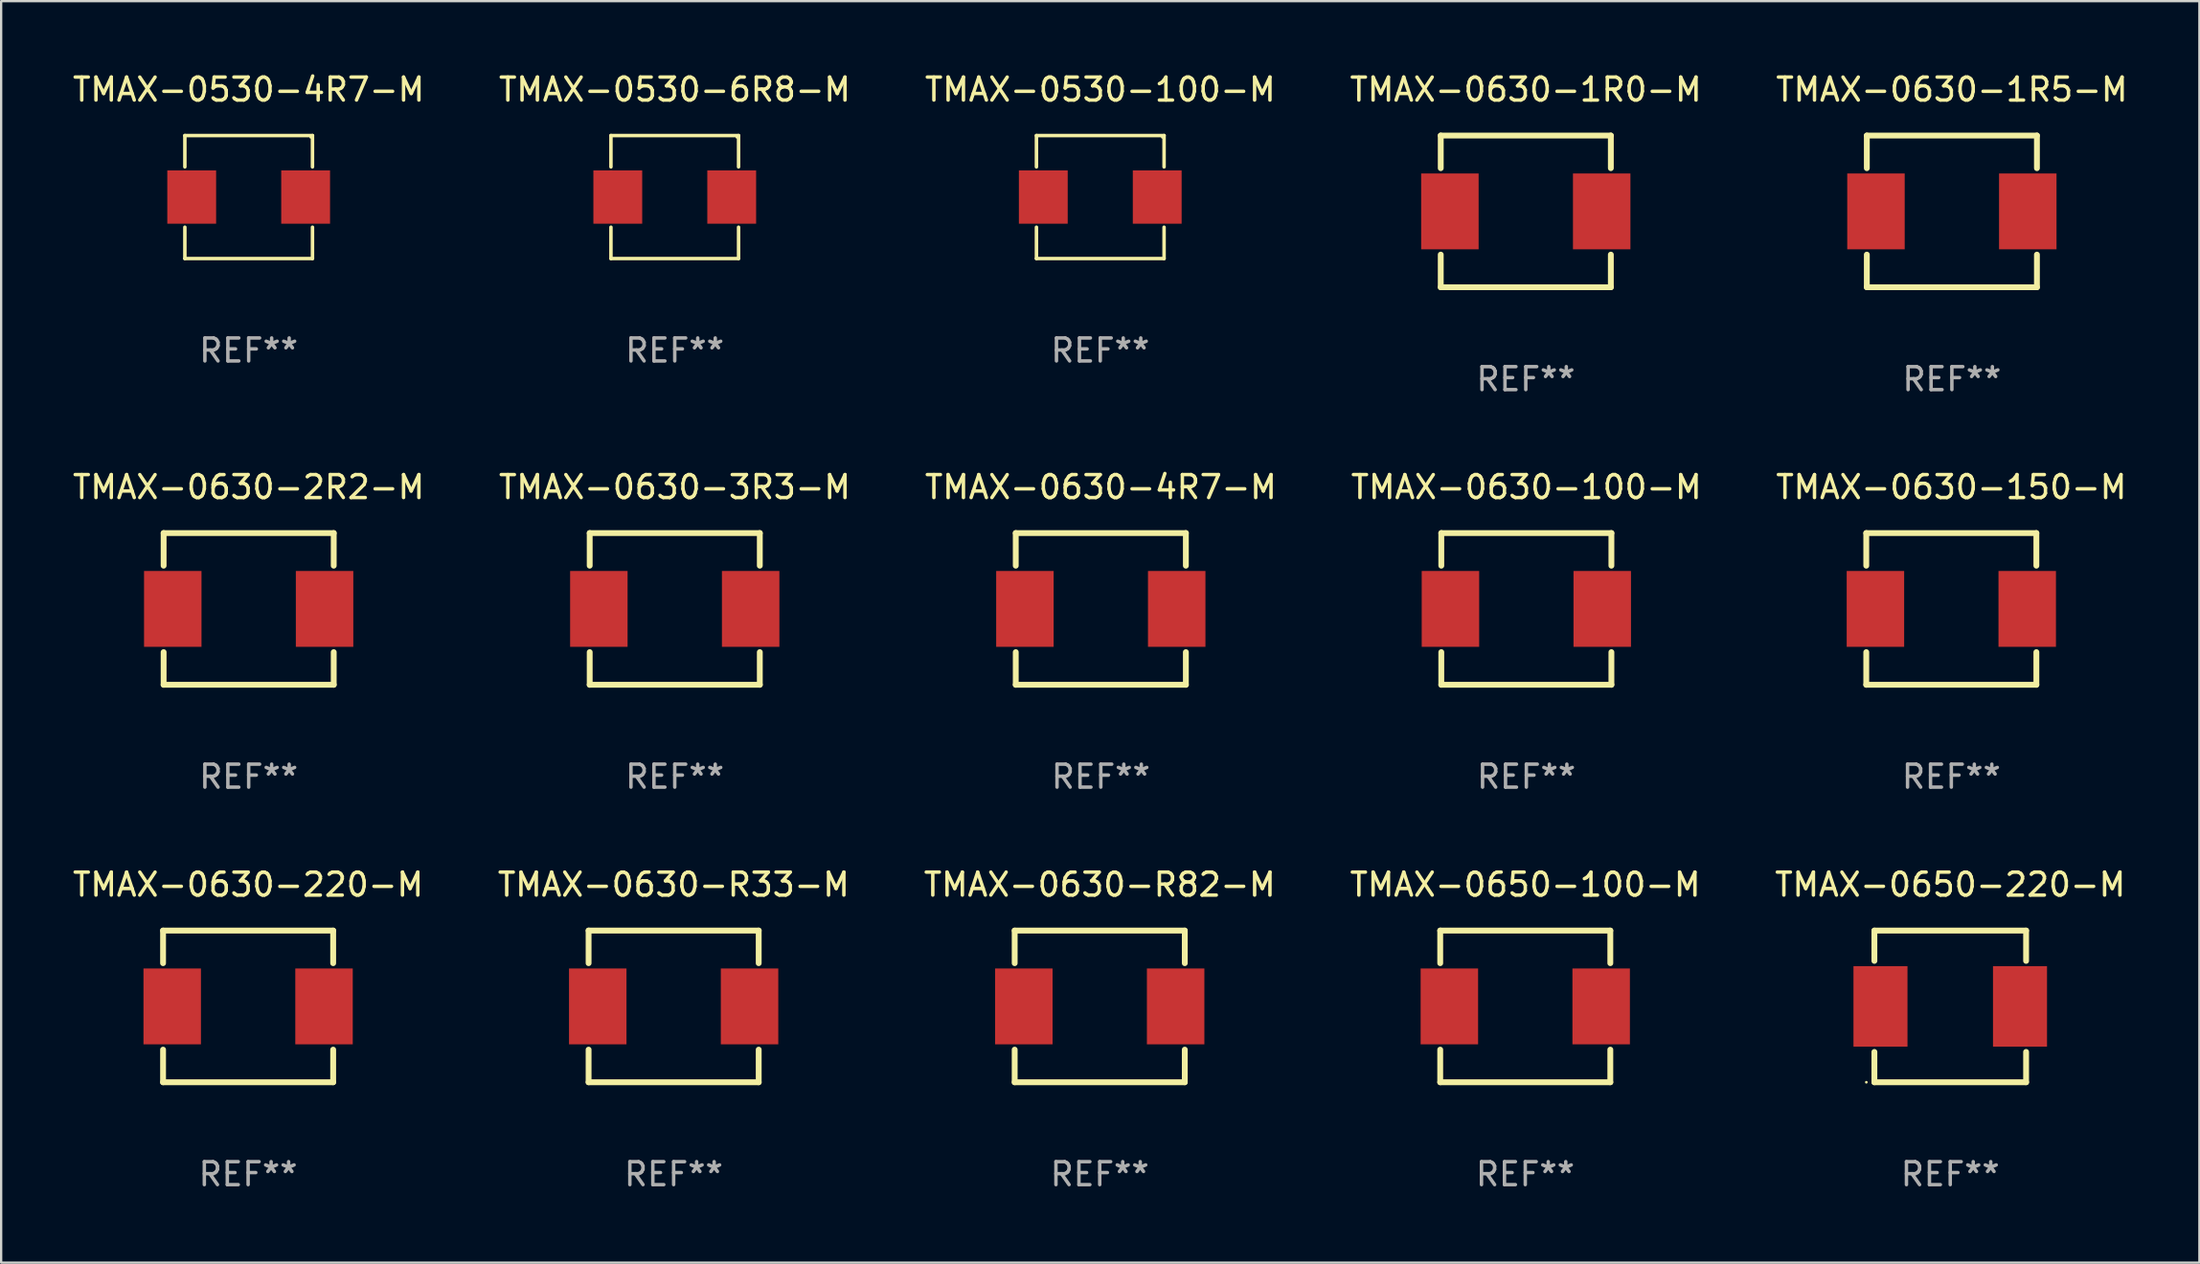
<source format=kicad_pcb>
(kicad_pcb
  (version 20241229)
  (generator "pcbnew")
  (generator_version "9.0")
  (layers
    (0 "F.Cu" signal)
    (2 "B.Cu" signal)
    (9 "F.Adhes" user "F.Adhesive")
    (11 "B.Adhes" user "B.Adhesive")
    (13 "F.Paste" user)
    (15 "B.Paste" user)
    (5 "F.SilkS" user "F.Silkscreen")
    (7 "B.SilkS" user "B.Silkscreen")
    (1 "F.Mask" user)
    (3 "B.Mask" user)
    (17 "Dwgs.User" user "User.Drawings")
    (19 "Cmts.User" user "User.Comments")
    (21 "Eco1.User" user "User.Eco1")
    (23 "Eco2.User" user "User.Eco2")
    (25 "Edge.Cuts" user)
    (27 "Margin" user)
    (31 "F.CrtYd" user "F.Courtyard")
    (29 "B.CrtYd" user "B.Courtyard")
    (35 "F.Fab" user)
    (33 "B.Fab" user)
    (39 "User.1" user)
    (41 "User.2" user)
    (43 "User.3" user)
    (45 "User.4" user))
  (footprint "TMAX-0630-4R7-M"
    (layer "F.Cu")
    (at 44.839 23.445)
    (property "Reference" "TMAX-0630-4R7-M" (at 0 -5.3 0) (layer "F.SilkS") (effects (font (size 1 1) (thickness 0.15))))
    (attr through_hole)
    (fp_line (start -3.7 -3.3) (end -3.7 -1.881) (stroke (width 0.254) (type solid)) (layer "F.SilkS"))
    (fp_line (start -3.7 -3.3) (end 3.7 -3.3) (stroke (width 0.254) (type solid)) (layer "F.SilkS"))
    (fp_line (start -3.7 1.881) (end -3.7 3.3) (stroke (width 0.254) (type solid)) (layer "F.SilkS"))
    (fp_line (start 3.7 -1.881) (end 3.7 -3.3) (stroke (width 0.254) (type solid)) (layer "F.SilkS"))
    (fp_line (start 3.7 3.3) (end -3.7 3.3) (stroke (width 0.254) (type solid)) (layer "F.SilkS"))
    (fp_line (start 3.7 3.3) (end 3.7 1.881) (stroke (width 0.254) (type solid)) (layer "F.SilkS"))
    (fp_circle (center -3.7 3.3) (end -3.67 3.3) (stroke (width 0.06) (type solid)) (fill no) (layer "F.SilkS"))
    (fp_text user "REF**" (at 0 7.3 0) (layer "F.Fab") (effects (font (size 1 1) (thickness 0.15))))
    (pad "1" smd rect (at -3.302 0) (size 2.5 3.3) (layers "F.Cu" "F.Mask" "F.Paste"))
    (pad "2" smd rect (at 3.302 0) (size 2.5 3.3) (layers "F.Cu" "F.Mask" "F.Paste")))
  (footprint "TMAX-0630-150-M"
    (layer "F.Cu")
    (at 81.839 23.445)
    (property "Reference" "TMAX-0630-150-M" (at 0 -5.3 0) (layer "F.SilkS") (effects (font (size 1 1) (thickness 0.15))))
    (attr through_hole)
    (fp_line (start -3.7 -3.3) (end -3.7 -1.881) (stroke (width 0.254) (type solid)) (layer "F.SilkS"))
    (fp_line (start -3.7 -3.3) (end 3.7 -3.3) (stroke (width 0.254) (type solid)) (layer "F.SilkS"))
    (fp_line (start -3.7 1.881) (end -3.7 3.3) (stroke (width 0.254) (type solid)) (layer "F.SilkS"))
    (fp_line (start 3.7 -1.881) (end 3.7 -3.3) (stroke (width 0.254) (type solid)) (layer "F.SilkS"))
    (fp_line (start 3.7 3.3) (end -3.7 3.3) (stroke (width 0.254) (type solid)) (layer "F.SilkS"))
    (fp_line (start 3.7 3.3) (end 3.7 1.881) (stroke (width 0.254) (type solid)) (layer "F.SilkS"))
    (fp_circle (center -3.7 3.3) (end -3.67 3.3) (stroke (width 0.06) (type solid)) (fill no) (layer "F.SilkS"))
    (fp_text user "REF**" (at 0 7.3 0) (layer "F.Fab") (effects (font (size 1 1) (thickness 0.15))))
    (pad "1" smd rect (at -3.302 0) (size 2.5 3.3) (layers "F.Cu" "F.Mask" "F.Paste"))
    (pad "2" smd rect (at 3.302 0) (size 2.5 3.3) (layers "F.Cu" "F.Mask" "F.Paste")))
  (footprint "TMAX-0630-R33-M"
    (layer "F.Cu")
    (at 26.256 40.741)
    (property "Reference" "TMAX-0630-R33-M" (at 0 -5.3 0) (layer "F.SilkS") (effects (font (size 1 1) (thickness 0.15))))
    (attr through_hole)
    (fp_line (start -3.7 -3.3) (end -3.7 -1.881) (stroke (width 0.254) (type solid)) (layer "F.SilkS"))
    (fp_line (start -3.7 -3.3) (end 3.7 -3.3) (stroke (width 0.254) (type solid)) (layer "F.SilkS"))
    (fp_line (start -3.7 1.881) (end -3.7 3.3) (stroke (width 0.254) (type solid)) (layer "F.SilkS"))
    (fp_line (start 3.7 -1.881) (end 3.7 -3.3) (stroke (width 0.254) (type solid)) (layer "F.SilkS"))
    (fp_line (start 3.7 3.3) (end -3.7 3.3) (stroke (width 0.254) (type solid)) (layer "F.SilkS"))
    (fp_line (start 3.7 3.3) (end 3.7 1.881) (stroke (width 0.254) (type solid)) (layer "F.SilkS"))
    (fp_circle (center -3.7 3.3) (end -3.67 3.3) (stroke (width 0.06) (type solid)) (fill no) (layer "F.SilkS"))
    (fp_text user "REF**" (at 0 7.3 0) (layer "F.Fab") (effects (font (size 1 1) (thickness 0.15))))
    (pad "1" smd rect (at -3.302 0) (size 2.5 3.3) (layers "F.Cu" "F.Mask" "F.Paste"))
    (pad "2" smd rect (at 3.302 0) (size 2.5 3.3) (layers "F.Cu" "F.Mask" "F.Paste")))
  (footprint "TMAX-0630-3R3-M"
    (layer "F.Cu")
    (at 26.304 23.445)
    (property "Reference" "TMAX-0630-3R3-M" (at 0 -5.3 0) (layer "F.SilkS") (effects (font (size 1 1) (thickness 0.15))))
    (attr through_hole)
    (fp_line (start -3.7 -3.3) (end -3.7 -1.881) (stroke (width 0.254) (type solid)) (layer "F.SilkS"))
    (fp_line (start -3.7 -3.3) (end 3.7 -3.3) (stroke (width 0.254) (type solid)) (layer "F.SilkS"))
    (fp_line (start -3.7 1.881) (end -3.7 3.3) (stroke (width 0.254) (type solid)) (layer "F.SilkS"))
    (fp_line (start 3.7 -1.881) (end 3.7 -3.3) (stroke (width 0.254) (type solid)) (layer "F.SilkS"))
    (fp_line (start 3.7 3.3) (end -3.7 3.3) (stroke (width 0.254) (type solid)) (layer "F.SilkS"))
    (fp_line (start 3.7 3.3) (end 3.7 1.881) (stroke (width 0.254) (type solid)) (layer "F.SilkS"))
    (fp_circle (center -3.7 3.3) (end -3.67 3.3) (stroke (width 0.06) (type solid)) (fill no) (layer "F.SilkS"))
    (fp_text user "REF**" (at 0 7.3 0) (layer "F.Fab") (effects (font (size 1 1) (thickness 0.15))))
    (pad "1" smd rect (at -3.302 0) (size 2.5 3.3) (layers "F.Cu" "F.Mask" "F.Paste"))
    (pad "2" smd rect (at 3.302 0) (size 2.5 3.3) (layers "F.Cu" "F.Mask" "F.Paste")))
  (footprint "TMAX-0630-100-M"
    (layer "F.Cu")
    (at 63.351 23.445)
    (property "Reference" "TMAX-0630-100-M" (at 0 -5.3 0) (layer "F.SilkS") (effects (font (size 1 1) (thickness 0.15))))
    (attr through_hole)
    (fp_line (start -3.7 -3.3) (end -3.7 -1.881) (stroke (width 0.254) (type solid)) (layer "F.SilkS"))
    (fp_line (start -3.7 -3.3) (end 3.7 -3.3) (stroke (width 0.254) (type solid)) (layer "F.SilkS"))
    (fp_line (start -3.7 1.881) (end -3.7 3.3) (stroke (width 0.254) (type solid)) (layer "F.SilkS"))
    (fp_line (start 3.7 -1.881) (end 3.7 -3.3) (stroke (width 0.254) (type solid)) (layer "F.SilkS"))
    (fp_line (start 3.7 3.3) (end -3.7 3.3) (stroke (width 0.254) (type solid)) (layer "F.SilkS"))
    (fp_line (start 3.7 3.3) (end 3.7 1.881) (stroke (width 0.254) (type solid)) (layer "F.SilkS"))
    (fp_circle (center -3.7 3.3) (end -3.67 3.3) (stroke (width 0.06) (type solid)) (fill no) (layer "F.SilkS"))
    (fp_text user "REF**" (at 0 7.3 0) (layer "F.Fab") (effects (font (size 1 1) (thickness 0.15))))
    (pad "1" smd rect (at -3.302 0) (size 2.5 3.3) (layers "F.Cu" "F.Mask" "F.Paste"))
    (pad "2" smd rect (at 3.302 0) (size 2.5 3.3) (layers "F.Cu" "F.Mask" "F.Paste")))
  (footprint "TMAX-0630-2R2-M"
    (layer "F.Cu")
    (at 7.768 23.445)
    (property "Reference" "TMAX-0630-2R2-M" (at 0 -5.3 0) (layer "F.SilkS") (effects (font (size 1 1) (thickness 0.15))))
    (attr through_hole)
    (fp_line (start -3.7 -3.3) (end -3.7 -1.881) (stroke (width 0.254) (type solid)) (layer "F.SilkS"))
    (fp_line (start -3.7 -3.3) (end 3.7 -3.3) (stroke (width 0.254) (type solid)) (layer "F.SilkS"))
    (fp_line (start -3.7 1.881) (end -3.7 3.3) (stroke (width 0.254) (type solid)) (layer "F.SilkS"))
    (fp_line (start 3.7 -1.881) (end 3.7 -3.3) (stroke (width 0.254) (type solid)) (layer "F.SilkS"))
    (fp_line (start 3.7 3.3) (end -3.7 3.3) (stroke (width 0.254) (type solid)) (layer "F.SilkS"))
    (fp_line (start 3.7 3.3) (end 3.7 1.881) (stroke (width 0.254) (type solid)) (layer "F.SilkS"))
    (fp_circle (center -3.7 3.3) (end -3.67 3.3) (stroke (width 0.06) (type solid)) (fill no) (layer "F.SilkS"))
    (fp_text user "REF**" (at 0 7.3 0) (layer "F.Fab") (effects (font (size 1 1) (thickness 0.15))))
    (pad "1" smd rect (at -3.302 0) (size 2.5 3.3) (layers "F.Cu" "F.Mask" "F.Paste"))
    (pad "2" smd rect (at 3.302 0) (size 2.5 3.3) (layers "F.Cu" "F.Mask" "F.Paste")))
  (footprint "TMAX-0630-220-M"
    (layer "F.Cu")
    (at 7.744 40.741)
    (property "Reference" "TMAX-0630-220-M" (at 0 -5.3 0) (layer "F.SilkS") (effects (font (size 1 1) (thickness 0.15))))
    (attr through_hole)
    (fp_line (start -3.7 -3.3) (end -3.7 -1.881) (stroke (width 0.254) (type solid)) (layer "F.SilkS"))
    (fp_line (start -3.7 -3.3) (end 3.7 -3.3) (stroke (width 0.254) (type solid)) (layer "F.SilkS"))
    (fp_line (start -3.7 1.881) (end -3.7 3.3) (stroke (width 0.254) (type solid)) (layer "F.SilkS"))
    (fp_line (start 3.7 -1.881) (end 3.7 -3.3) (stroke (width 0.254) (type solid)) (layer "F.SilkS"))
    (fp_line (start 3.7 3.3) (end -3.7 3.3) (stroke (width 0.254) (type solid)) (layer "F.SilkS"))
    (fp_line (start 3.7 3.3) (end 3.7 1.881) (stroke (width 0.254) (type solid)) (layer "F.SilkS"))
    (fp_circle (center -3.7 3.3) (end -3.67 3.3) (stroke (width 0.06) (type solid)) (fill no) (layer "F.SilkS"))
    (fp_text user "REF**" (at 0 7.3 0) (layer "F.Fab") (effects (font (size 1 1) (thickness 0.15))))
    (pad "1" smd rect (at -3.302 0) (size 2.5 3.3) (layers "F.Cu" "F.Mask" "F.Paste"))
    (pad "2" smd rect (at 3.302 0) (size 2.5 3.3) (layers "F.Cu" "F.Mask" "F.Paste")))
  (footprint "TMAX-0650-100-M"
    (layer "F.Cu")
    (at 63.304 40.741)
    (property "Reference" "TMAX-0650-100-M" (at 0 -5.3 0) (layer "F.SilkS") (effects (font (size 1 1) (thickness 0.15))))
    (attr through_hole)
    (fp_line (start -3.7 -3.3) (end -3.7 -1.881) (stroke (width 0.254) (type solid)) (layer "F.SilkS"))
    (fp_line (start -3.7 -3.3) (end 3.7 -3.3) (stroke (width 0.254) (type solid)) (layer "F.SilkS"))
    (fp_line (start -3.7 1.881) (end -3.7 3.3) (stroke (width 0.254) (type solid)) (layer "F.SilkS"))
    (fp_line (start 3.7 -1.881) (end 3.7 -3.3) (stroke (width 0.254) (type solid)) (layer "F.SilkS"))
    (fp_line (start 3.7 3.3) (end -3.7 3.3) (stroke (width 0.254) (type solid)) (layer "F.SilkS"))
    (fp_line (start 3.7 3.3) (end 3.7 1.881) (stroke (width 0.254) (type solid)) (layer "F.SilkS"))
    (fp_circle (center -3.7 3.3) (end -3.67 3.3) (stroke (width 0.06) (type solid)) (fill no) (layer "F.SilkS"))
    (fp_text user "REF**" (at 0 7.3 0) (layer "F.Fab") (effects (font (size 1 1) (thickness 0.15))))
    (pad "1" smd rect (at -3.302 0) (size 2.5 3.3) (layers "F.Cu" "F.Mask" "F.Paste"))
    (pad "2" smd rect (at 3.302 0) (size 2.5 3.3) (layers "F.Cu" "F.Mask" "F.Paste")))
  (footprint "TMAX-0630-1R5-M"
    (layer "F.Cu")
    (at 81.863 6.148)
    (property "Reference" "TMAX-0630-1R5-M" (at 0 -5.3 0) (layer "F.SilkS") (effects (font (size 1 1) (thickness 0.15))))
    (attr through_hole)
    (fp_line (start -3.7 -3.3) (end -3.7 -1.881) (stroke (width 0.254) (type solid)) (layer "F.SilkS"))
    (fp_line (start -3.7 -3.3) (end 3.7 -3.3) (stroke (width 0.254) (type solid)) (layer "F.SilkS"))
    (fp_line (start -3.7 1.881) (end -3.7 3.3) (stroke (width 0.254) (type solid)) (layer "F.SilkS"))
    (fp_line (start 3.7 -1.881) (end 3.7 -3.3) (stroke (width 0.254) (type solid)) (layer "F.SilkS"))
    (fp_line (start 3.7 3.3) (end -3.7 3.3) (stroke (width 0.254) (type solid)) (layer "F.SilkS"))
    (fp_line (start 3.7 3.3) (end 3.7 1.881) (stroke (width 0.254) (type solid)) (layer "F.SilkS"))
    (fp_circle (center -3.7 3.3) (end -3.67 3.3) (stroke (width 0.06) (type solid)) (fill no) (layer "F.SilkS"))
    (fp_text user "REF**" (at 0 7.3 0) (layer "F.Fab") (effects (font (size 1 1) (thickness 0.15))))
    (pad "1" smd rect (at -3.302 0) (size 2.5 3.3) (layers "F.Cu" "F.Mask" "F.Paste"))
    (pad "2" smd rect (at 3.302 0) (size 2.5 3.3) (layers "F.Cu" "F.Mask" "F.Paste")))
  (footprint "TMAX-0630-1R0-M"
    (layer "F.Cu")
    (at 63.327 6.148)
    (property "Reference" "TMAX-0630-1R0-M" (at 0 -5.3 0) (layer "F.SilkS") (effects (font (size 1 1) (thickness 0.15))))
    (attr through_hole)
    (fp_line (start -3.7 -3.3) (end -3.7 -1.881) (stroke (width 0.254) (type solid)) (layer "F.SilkS"))
    (fp_line (start -3.7 -3.3) (end 3.7 -3.3) (stroke (width 0.254) (type solid)) (layer "F.SilkS"))
    (fp_line (start -3.7 1.881) (end -3.7 3.3) (stroke (width 0.254) (type solid)) (layer "F.SilkS"))
    (fp_line (start 3.7 -1.881) (end 3.7 -3.3) (stroke (width 0.254) (type solid)) (layer "F.SilkS"))
    (fp_line (start 3.7 3.3) (end -3.7 3.3) (stroke (width 0.254) (type solid)) (layer "F.SilkS"))
    (fp_line (start 3.7 3.3) (end 3.7 1.881) (stroke (width 0.254) (type solid)) (layer "F.SilkS"))
    (fp_circle (center -3.7 3.3) (end -3.67 3.3) (stroke (width 0.06) (type solid)) (fill no) (layer "F.SilkS"))
    (fp_text user "REF**" (at 0 7.3 0) (layer "F.Fab") (effects (font (size 1 1) (thickness 0.15))))
    (pad "1" smd rect (at -3.302 0) (size 2.5 3.3) (layers "F.Cu" "F.Mask" "F.Paste"))
    (pad "2" smd rect (at 3.302 0) (size 2.5 3.3) (layers "F.Cu" "F.Mask" "F.Paste")))
  (footprint "TMAX-0530-100-M"
    (layer "F.Cu")
    (at 44.815 5.524)
    (property "Reference" "TMAX-0530-100-M" (at 0 -4.676 0) (layer "F.SilkS") (effects (font (size 1 1) (thickness 0.15))))
    (attr through_hole)
    (fp_line (start -2.776 -2.676) (end 2.776 -2.676) (stroke (width 0.152) (type solid)) (layer "F.SilkS"))
    (fp_line (start -2.776 -1.312) (end -2.776 -2.676) (stroke (width 0.152) (type solid)) (layer "F.SilkS"))
    (fp_line (start -2.776 1.312) (end -2.776 2.676) (stroke (width 0.152) (type solid)) (layer "F.SilkS"))
    (fp_line (start -2.776 2.676) (end 2.776 2.676) (stroke (width 0.152) (type solid)) (layer "F.SilkS"))
    (fp_line (start 2.776 -2.676) (end 2.776 -1.312) (stroke (width 0.152) (type solid)) (layer "F.SilkS"))
    (fp_line (start 2.776 2.676) (end 2.776 1.312) (stroke (width 0.152) (type solid)) (layer "F.SilkS"))
    (fp_circle (center 2.7 -2.6) (end 2.73 -2.6) (stroke (width 0.06) (type solid)) (fill no) (layer "F.SilkS"))
    (fp_text user "REF**" (at 0 6.676 0) (layer "F.Fab") (effects (font (size 1 1) (thickness 0.15))))
    (pad "1" smd rect (at 2.478 0) (size 2.124 2.32) (layers "F.Cu" "F.Mask" "F.Paste"))
    (pad "2" smd rect (at -2.478 0) (size 2.124 2.32) (layers "F.Cu" "F.Mask" "F.Paste")))
  (footprint "TMAX-0530-4R7-M"
    (layer "F.Cu")
    (at 7.768 5.524)
    (property "Reference" "TMAX-0530-4R7-M" (at 0 -4.676 0) (layer "F.SilkS") (effects (font (size 1 1) (thickness 0.15))))
    (attr through_hole)
    (fp_line (start -2.776 -2.676) (end 2.776 -2.676) (stroke (width 0.152) (type solid)) (layer "F.SilkS"))
    (fp_line (start -2.776 -1.312) (end -2.776 -2.676) (stroke (width 0.152) (type solid)) (layer "F.SilkS"))
    (fp_line (start -2.776 1.312) (end -2.776 2.676) (stroke (width 0.152) (type solid)) (layer "F.SilkS"))
    (fp_line (start -2.776 2.676) (end 2.776 2.676) (stroke (width 0.152) (type solid)) (layer "F.SilkS"))
    (fp_line (start 2.776 -2.676) (end 2.776 -1.312) (stroke (width 0.152) (type solid)) (layer "F.SilkS"))
    (fp_line (start 2.776 2.676) (end 2.776 1.312) (stroke (width 0.152) (type solid)) (layer "F.SilkS"))
    (fp_circle (center 2.7 -2.6) (end 2.73 -2.6) (stroke (width 0.06) (type solid)) (fill no) (layer "F.SilkS"))
    (fp_text user "REF**" (at 0 6.676 0) (layer "F.Fab") (effects (font (size 1 1) (thickness 0.15))))
    (pad "1" smd rect (at 2.478 0) (size 2.124 2.32) (layers "F.Cu" "F.Mask" "F.Paste"))
    (pad "2" smd rect (at -2.478 0) (size 2.124 2.32) (layers "F.Cu" "F.Mask" "F.Paste")))
  (footprint "TMAX-0630-R82-M"
    (layer "F.Cu")
    (at 44.792 40.741)
    (property "Reference" "TMAX-0630-R82-M" (at 0 -5.3 0) (layer "F.SilkS") (effects (font (size 1 1) (thickness 0.15))))
    (attr through_hole)
    (fp_line (start -3.7 -3.3) (end -3.7 -1.881) (stroke (width 0.254) (type solid)) (layer "F.SilkS"))
    (fp_line (start -3.7 -3.3) (end 3.7 -3.3) (stroke (width 0.254) (type solid)) (layer "F.SilkS"))
    (fp_line (start -3.7 1.881) (end -3.7 3.3) (stroke (width 0.254) (type solid)) (layer "F.SilkS"))
    (fp_line (start 3.7 -1.881) (end 3.7 -3.3) (stroke (width 0.254) (type solid)) (layer "F.SilkS"))
    (fp_line (start 3.7 3.3) (end -3.7 3.3) (stroke (width 0.254) (type solid)) (layer "F.SilkS"))
    (fp_line (start 3.7 3.3) (end 3.7 1.881) (stroke (width 0.254) (type solid)) (layer "F.SilkS"))
    (fp_circle (center -3.7 3.3) (end -3.67 3.3) (stroke (width 0.06) (type solid)) (fill no) (layer "F.SilkS"))
    (fp_text user "REF**" (at 0 7.3 0) (layer "F.Fab") (effects (font (size 1 1) (thickness 0.15))))
    (pad "1" smd rect (at -3.302 0) (size 2.5 3.3) (layers "F.Cu" "F.Mask" "F.Paste"))
    (pad "2" smd rect (at 3.302 0) (size 2.5 3.3) (layers "F.Cu" "F.Mask" "F.Paste")))
  (footprint "TMAX-0650-220-M"
    (layer "F.Cu")
    (at 81.792 40.741)
    (property "Reference" "TMAX-0650-220-M" (at 0 -5.3 0) (layer "F.SilkS") (effects (font (size 1 1) (thickness 0.15))))
    (attr through_hole)
    (fp_line (start -3.3 -3.3) (end 3.3 -3.3) (stroke (width 0.254) (type solid)) (layer "F.SilkS"))
    (fp_line (start -3.3 -1.981) (end -3.3 -3.3) (stroke (width 0.254) (type solid)) (layer "F.SilkS"))
    (fp_line (start -3.3 3.3) (end -3.3 1.981) (stroke (width 0.254) (type solid)) (layer "F.SilkS"))
    (fp_line (start 3.3 -3.3) (end 3.3 -1.981) (stroke (width 0.254) (type solid)) (layer "F.SilkS"))
    (fp_line (start 3.3 1.981) (end 3.3 3.3) (stroke (width 0.254) (type solid)) (layer "F.SilkS"))
    (fp_line (start 3.3 3.3) (end -3.3 3.3) (stroke (width 0.254) (type solid)) (layer "F.SilkS"))
    (fp_circle (center -3.65 3.3) (end -3.62 3.3) (stroke (width 0.06) (type solid)) (fill no) (layer "F.SilkS"))
    (fp_text user "REF**" (at 0 7.3 0) (layer "F.Fab") (effects (font (size 1 1) (thickness 0.15))))
    (pad "1" smd rect (at -3.035 0) (size 2.35 3.5) (layers "F.Cu" "F.Mask" "F.Paste"))
    (pad "2" smd rect (at 3.035 0) (size 2.35 3.5) (layers "F.Cu" "F.Mask" "F.Paste")))
  (footprint "TMAX-0530-6R8-M"
    (layer "F.Cu")
    (at 26.304 5.524)
    (property "Reference" "TMAX-0530-6R8-M" (at 0 -4.676 0) (layer "F.SilkS") (effects (font (size 1 1) (thickness 0.15))))
    (attr through_hole)
    (fp_line (start -2.776 -2.676) (end 2.776 -2.676) (stroke (width 0.152) (type solid)) (layer "F.SilkS"))
    (fp_line (start -2.776 -1.312) (end -2.776 -2.676) (stroke (width 0.152) (type solid)) (layer "F.SilkS"))
    (fp_line (start -2.776 1.312) (end -2.776 2.676) (stroke (width 0.152) (type solid)) (layer "F.SilkS"))
    (fp_line (start -2.776 2.676) (end 2.776 2.676) (stroke (width 0.152) (type solid)) (layer "F.SilkS"))
    (fp_line (start 2.776 -2.676) (end 2.776 -1.312) (stroke (width 0.152) (type solid)) (layer "F.SilkS"))
    (fp_line (start 2.776 2.676) (end 2.776 1.312) (stroke (width 0.152) (type solid)) (layer "F.SilkS"))
    (fp_circle (center 2.7 -2.6) (end 2.73 -2.6) (stroke (width 0.06) (type solid)) (fill no) (layer "F.SilkS"))
    (fp_text user "REF**" (at 0 6.676 0) (layer "F.Fab") (effects (font (size 1 1) (thickness 0.15))))
    (pad "1" smd rect (at 2.478 0) (size 2.124 2.32) (layers "F.Cu" "F.Mask" "F.Paste"))
    (pad "2" smd rect (at -2.478 0) (size 2.124 2.32) (layers "F.Cu" "F.Mask" "F.Paste")))
  (gr_rect
    (start -3 -3)
    (end 92.631 51.89)
    (stroke (width 0.1) (type default))
    (fill no)
    (layer "Edge.Cuts")))
</source>
